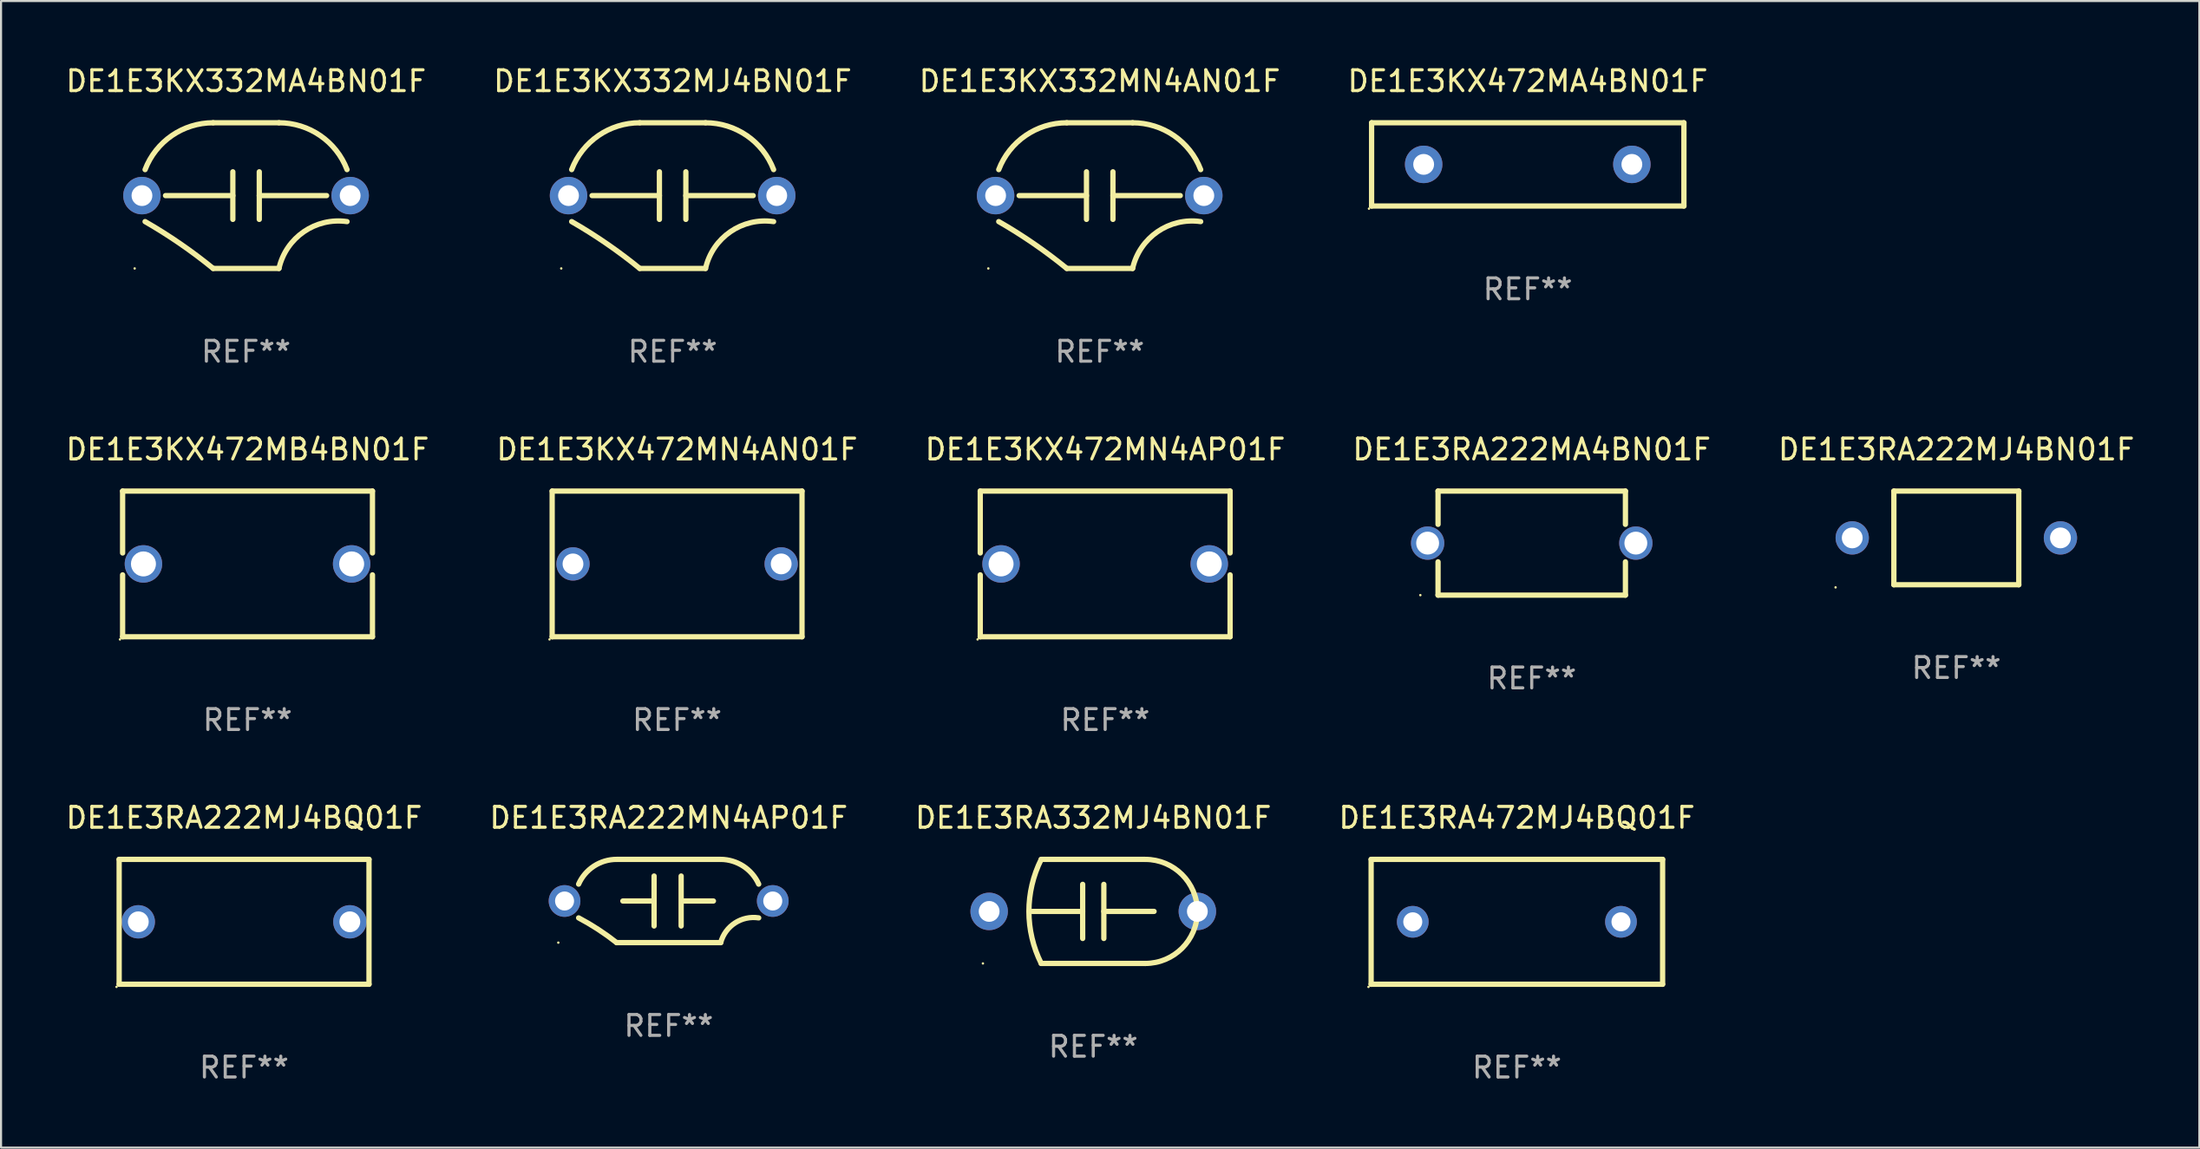
<source format=kicad_pcb>
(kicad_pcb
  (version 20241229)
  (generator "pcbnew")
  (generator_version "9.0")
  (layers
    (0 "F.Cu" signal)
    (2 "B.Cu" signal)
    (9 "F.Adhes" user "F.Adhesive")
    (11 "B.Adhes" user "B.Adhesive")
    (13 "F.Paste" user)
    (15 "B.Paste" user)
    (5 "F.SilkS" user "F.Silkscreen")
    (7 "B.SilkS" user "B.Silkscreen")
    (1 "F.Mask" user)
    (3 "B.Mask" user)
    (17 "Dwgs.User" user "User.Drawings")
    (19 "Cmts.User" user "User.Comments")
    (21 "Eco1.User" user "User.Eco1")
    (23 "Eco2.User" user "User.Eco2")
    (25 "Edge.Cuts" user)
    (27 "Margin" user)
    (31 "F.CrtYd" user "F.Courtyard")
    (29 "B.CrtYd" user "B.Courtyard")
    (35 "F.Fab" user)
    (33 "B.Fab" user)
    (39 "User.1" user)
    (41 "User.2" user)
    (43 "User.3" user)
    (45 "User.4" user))
  (footprint "DE1E3RA332MJ4BN01F"
    (layer "F.Cu")
    (at 49.458 40.741)
    (property "Reference" "DE1E3RA332MJ4BN01F" (at 0 -4.5 0) (layer "F.SilkS") (effects (font (size 1 1) (thickness 0.15))))
    (attr through_hole)
    (fp_line (start -2.5 -2.5) (end 2.5 -2.5) (stroke (width 0.254) (type solid)) (layer "F.SilkS"))
    (fp_line (start -0.508 -1.3) (end -0.508 1.3) (stroke (width 0.254) (type solid)) (layer "F.SilkS"))
    (fp_line (start -0.508 0.000305) (end -2.921 0.000305) (stroke (width 0.254) (type solid)) (layer "F.SilkS"))
    (fp_line (start 0.508 -0.000305) (end 2.921 -0.000305) (stroke (width 0.254) (type solid)) (layer "F.SilkS"))
    (fp_line (start 0.508 1.3) (end 0.508 -1.3) (stroke (width 0.254) (type solid)) (layer "F.SilkS"))
    (fp_line (start 2.5 2.5) (end -2.5 2.5) (stroke (width 0.254) (type solid)) (layer "F.SilkS"))
    (fp_arc (start -2.499365 2.499365) (mid -3.089676 -0.000243) (end -2.5 -2.5) (stroke (width 0.254001) (type solid)) (layer "F.SilkS"))
    (fp_arc (start 2.499366 -2.499364) (mid 4.99906 0.000001) (end 2.5 2.5) (stroke (width 0.254001) (type solid)) (layer "F.SilkS"))
    (fp_circle (center -5.3 2.5) (end -5.27 2.5) (stroke (width 0.06) (type solid)) (fill no) (layer "F.SilkS"))
    (fp_text user "REF**" (at 0 6.5 0) (layer "F.Fab") (effects (font (size 1 1) (thickness 0.15))))
    (pad "1" thru_hole circle (at -5 0) (size 1.8 1.8) (drill 1) (layers "*.Cu" "*.Mask"))
    (pad "2" thru_hole circle (at 5 0) (size 1.8 1.8) (drill 1) (layers "*.Cu" "*.Mask")))
  (footprint "DE1E3KX332MA4BN01F"
    (layer "F.Cu")
    (at 8.768 6.348)
    (property "Reference" "DE1E3KX332MA4BN01F" (at 0 -5.5 0) (layer "F.SilkS") (effects (font (size 1 1) (thickness 0.15))))
    (attr through_hole)
    (fp_line (start -3.869 0.000013) (end -0.635 0.000013) (stroke (width 0.254) (type solid)) (layer "F.SilkS"))
    (fp_line (start -1.58 -3.5) (end 1.58 -3.5) (stroke (width 0.254) (type solid)) (layer "F.SilkS"))
    (fp_line (start -1.58 3.5) (end 1.58 3.5) (stroke (width 0.254) (type solid)) (layer "F.SilkS"))
    (fp_line (start -0.635 -1.143) (end -0.635 1.143) (stroke (width 0.254) (type solid)) (layer "F.SilkS"))
    (fp_line (start 0.635 -1.143) (end 0.635 1.143) (stroke (width 0.254) (type solid)) (layer "F.SilkS"))
    (fp_line (start 3.869 0.000013) (end 0.635 0.000013) (stroke (width 0.254) (type solid)) (layer "F.SilkS"))
    (fp_arc (start -4.849479 -1.249009) (mid -3.564683 -2.882846) (end -1.579934 -3.500012) (stroke (width 0.254001) (type solid)) (layer "F.SilkS"))
    (fp_arc (start -4.849479 1.249009) (mid -3.169002 2.308126) (end -1.579934 3.500012) (stroke (width 0.254001) (type solid)) (layer "F.SilkS"))
    (fp_arc (start 1.579934 -3.499988) (mid 3.564678 -2.882813) (end 4.849479 -1.248984) (stroke (width 0.254001) (type solid)) (layer "F.SilkS"))
    (fp_arc (start 1.579934 3.500038) (mid 2.7747 1.735435) (end 4.849479 1.249035) (stroke (width 0.254001) (type solid)) (layer "F.SilkS"))
    (fp_circle (center -5.35 3.5) (end -5.32 3.5) (stroke (width 0.06) (type solid)) (fill no) (layer "F.SilkS"))
    (fp_text user "REF**" (at 0 7.5 0) (layer "F.Fab") (effects (font (size 1 1) (thickness 0.15))))
    (pad "1" thru_hole circle (at -5 0.000013) (size 1.8 1.8) (drill 1) (layers "*.Cu" "*.Mask"))
    (pad "2" thru_hole circle (at 5 0.000013) (size 1.8 1.8) (drill 1) (layers "*.Cu" "*.Mask")))
  (footprint "DE1E3KX472MB4BN01F"
    (layer "F.Cu")
    (at 8.839 24.045)
    (property "Reference" "DE1E3KX472MB4BN01F" (at 0 -5.5 0) (layer "F.SilkS") (effects (font (size 1 1) (thickness 0.15))))
    (attr through_hole)
    (fp_line (start -6 -3.5) (end -6 -0.526) (stroke (width 0.254) (type solid)) (layer "F.SilkS"))
    (fp_line (start -6 -3.5) (end 6 -3.5) (stroke (width 0.254) (type solid)) (layer "F.SilkS"))
    (fp_line (start -6 0.526) (end -6 3.5) (stroke (width 0.254) (type solid)) (layer "F.SilkS"))
    (fp_line (start 6 -3.5) (end 6 -0.526) (stroke (width 0.254) (type solid)) (layer "F.SilkS"))
    (fp_line (start 6 0.526) (end 6 3.5) (stroke (width 0.254) (type solid)) (layer "F.SilkS"))
    (fp_line (start 6 3.5) (end -6 3.5) (stroke (width 0.254) (type solid)) (layer "F.SilkS"))
    (fp_circle (center -6.127 3.627) (end -6.097 3.627) (stroke (width 0.06) (type solid)) (fill no) (layer "F.SilkS"))
    (fp_text user "REF**" (at 0 7.5 0) (layer "F.Fab") (effects (font (size 1 1) (thickness 0.15))))
    (pad "1" thru_hole circle (at -5 0) (size 1.8 1.8) (drill 1.2) (layers "*.Cu" "*.Mask"))
    (pad "2" thru_hole circle (at 5 0) (size 1.8 1.8) (drill 1.2) (layers "*.Cu" "*.Mask")))
  (footprint "DE1E3RA222MA4BN01F"
    (layer "F.Cu")
    (at 70.518 23.045)
    (property "Reference" "DE1E3RA222MA4BN01F" (at 0 -4.5 0) (layer "F.SilkS") (effects (font (size 1 1) (thickness 0.15))))
    (attr through_hole)
    (fp_line (start -4.5 -2.5) (end 4.5 -2.5) (stroke (width 0.254) (type solid)) (layer "F.SilkS"))
    (fp_line (start -4.5 -0.901) (end -4.5 -2.5) (stroke (width 0.254) (type solid)) (layer "F.SilkS"))
    (fp_line (start -4.5 2.5) (end -4.5 0.901) (stroke (width 0.254) (type solid)) (layer "F.SilkS"))
    (fp_line (start -4.5 2.5) (end 4.5 2.5) (stroke (width 0.254) (type solid)) (layer "F.SilkS"))
    (fp_line (start 4.5 -0.901) (end 4.5 -2.5) (stroke (width 0.254) (type solid)) (layer "F.SilkS"))
    (fp_line (start 4.5 2.5) (end 4.5 0.901) (stroke (width 0.254) (type solid)) (layer "F.SilkS"))
    (fp_circle (center -5.35 2.5) (end -5.32 2.5) (stroke (width 0.06) (type solid)) (fill no) (layer "F.SilkS"))
    (fp_text user "REF**" (at 0 6.5 0) (layer "F.Fab") (effects (font (size 1 1) (thickness 0.15))))
    (pad "1" thru_hole circle (at -5 0) (size 1.6 1.6) (drill 1.1) (layers "*.Cu" "*.Mask"))
    (pad "2" thru_hole circle (at 5 0) (size 1.6 1.6) (drill 1.1) (layers "*.Cu" "*.Mask")))
  (footprint "DE1E3KX332MJ4BN01F"
    (layer "F.Cu")
    (at 29.256 6.348)
    (property "Reference" "DE1E3KX332MJ4BN01F" (at 0 -5.5 0) (layer "F.SilkS") (effects (font (size 1 1) (thickness 0.15))))
    (attr through_hole)
    (fp_line (start -3.869 0.000013) (end -0.635 0.000013) (stroke (width 0.254) (type solid)) (layer "F.SilkS"))
    (fp_line (start -1.58 -3.5) (end 1.58 -3.5) (stroke (width 0.254) (type solid)) (layer "F.SilkS"))
    (fp_line (start -1.58 3.5) (end 1.58 3.5) (stroke (width 0.254) (type solid)) (layer "F.SilkS"))
    (fp_line (start -0.635 -1.143) (end -0.635 1.143) (stroke (width 0.254) (type solid)) (layer "F.SilkS"))
    (fp_line (start 0.635 -1.143) (end 0.635 1.143) (stroke (width 0.254) (type solid)) (layer "F.SilkS"))
    (fp_line (start 3.869 0.000013) (end 0.635 0.000013) (stroke (width 0.254) (type solid)) (layer "F.SilkS"))
    (fp_arc (start -4.849479 -1.249009) (mid -3.564683 -2.882846) (end -1.579934 -3.500012) (stroke (width 0.254001) (type solid)) (layer "F.SilkS"))
    (fp_arc (start -4.849479 1.249009) (mid -3.169002 2.308126) (end -1.579934 3.500012) (stroke (width 0.254001) (type solid)) (layer "F.SilkS"))
    (fp_arc (start 1.579934 -3.499988) (mid 3.564678 -2.882813) (end 4.849479 -1.248984) (stroke (width 0.254001) (type solid)) (layer "F.SilkS"))
    (fp_arc (start 1.579934 3.500038) (mid 2.7747 1.735435) (end 4.849479 1.249035) (stroke (width 0.254001) (type solid)) (layer "F.SilkS"))
    (fp_circle (center -5.35 3.5) (end -5.32 3.5) (stroke (width 0.06) (type solid)) (fill no) (layer "F.SilkS"))
    (fp_text user "REF**" (at 0 7.5 0) (layer "F.Fab") (effects (font (size 1 1) (thickness 0.15))))
    (pad "1" thru_hole circle (at -5 0.000013) (size 1.8 1.8) (drill 1) (layers "*.Cu" "*.Mask"))
    (pad "2" thru_hole circle (at 5 0.000013) (size 1.8 1.8) (drill 1) (layers "*.Cu" "*.Mask")))
  (footprint "DE1E3KX472MN4AP01F"
    (layer "F.Cu")
    (at 50.03 24.045)
    (property "Reference" "DE1E3KX472MN4AP01F" (at 0 -5.5 0) (layer "F.SilkS") (effects (font (size 1 1) (thickness 0.15))))
    (attr through_hole)
    (fp_line (start -6 -3.5) (end -6 -0.526) (stroke (width 0.254) (type solid)) (layer "F.SilkS"))
    (fp_line (start -6 -3.5) (end 6 -3.5) (stroke (width 0.254) (type solid)) (layer "F.SilkS"))
    (fp_line (start -6 0.526) (end -6 3.5) (stroke (width 0.254) (type solid)) (layer "F.SilkS"))
    (fp_line (start 6 -3.5) (end 6 -0.526) (stroke (width 0.254) (type solid)) (layer "F.SilkS"))
    (fp_line (start 6 0.526) (end 6 3.5) (stroke (width 0.254) (type solid)) (layer "F.SilkS"))
    (fp_line (start 6 3.5) (end -6 3.5) (stroke (width 0.254) (type solid)) (layer "F.SilkS"))
    (fp_circle (center -6.127 3.627) (end -6.097 3.627) (stroke (width 0.06) (type solid)) (fill no) (layer "F.SilkS"))
    (fp_text user "REF**" (at 0 7.5 0) (layer "F.Fab") (effects (font (size 1 1) (thickness 0.15))))
    (pad "1" thru_hole circle (at -5 0) (size 1.8 1.8) (drill 1.2) (layers "*.Cu" "*.Mask"))
    (pad "2" thru_hole circle (at 5 0) (size 1.8 1.8) (drill 1.2) (layers "*.Cu" "*.Mask")))
  (footprint "DE1E3RA222MN4AP01F"
    (layer "F.Cu")
    (at 29.065 40.241)
    (property "Reference" "DE1E3RA222MN4AP01F" (at 0 -4 0) (layer "F.SilkS") (effects (font (size 1 1) (thickness 0.15))))
    (attr through_hole)
    (fp_line (start -2.5 2) (end 2.5 2) (stroke (width 0.254) (type solid)) (layer "F.SilkS"))
    (fp_line (start -2.2 0) (end -0.7 0) (stroke (width 0.254) (type solid)) (layer "F.SilkS"))
    (fp_line (start -0.7 -1.2) (end -0.7 1.2) (stroke (width 0.254) (type solid)) (layer "F.SilkS"))
    (fp_line (start 0.6 -1.2) (end 0.6 1.2) (stroke (width 0.254) (type solid)) (layer "F.SilkS"))
    (fp_line (start 2.15 0) (end 0.65 0) (stroke (width 0.254) (type solid)) (layer "F.SilkS"))
    (fp_line (start 2.5 -2) (end -2.5 -2) (stroke (width 0.254) (type solid)) (layer "F.SilkS"))
    (fp_arc (start -4.324333 -0.810795) (mid -3.58849 -1.675844) (end -2.500051 -1.999999) (stroke (width 0.254001) (type solid)) (layer "F.SilkS"))
    (fp_arc (start -4.324333 0.81082) (mid -3.385325 1.364195) (end -2.50005 2) (stroke (width 0.254001) (type solid)) (layer "F.SilkS"))
    (fp_arc (start 2.50005 -2) (mid 3.587034 -1.673612) (end 4.324333 -0.810795) (stroke (width 0.254001) (type solid)) (layer "F.SilkS"))
    (fp_arc (start 2.500051 1.999999) (mid 3.18486 1.056662) (end 4.324333 0.810795) (stroke (width 0.254001) (type solid)) (layer "F.SilkS"))
    (fp_circle (center -5.3 2) (end -5.27 2) (stroke (width 0.06) (type solid)) (fill no) (layer "F.SilkS"))
    (fp_text user "REF**" (at 0 6 0) (layer "F.Fab") (effects (font (size 1 1) (thickness 0.15))))
    (pad "1" thru_hole circle (at -5 0) (size 1.524 1.524) (drill 0.914) (layers "*.Cu" "*.Mask"))
    (pad "2" thru_hole circle (at 5 0) (size 1.524 1.524) (drill 0.914) (layers "*.Cu" "*.Mask")))
  (footprint "DE1E3KX332MN4AN01F"
    (layer "F.Cu")
    (at 49.768 6.348)
    (property "Reference" "DE1E3KX332MN4AN01F" (at 0 -5.5 0) (layer "F.SilkS") (effects (font (size 1 1) (thickness 0.15))))
    (attr through_hole)
    (fp_line (start -3.869 0.000013) (end -0.635 0.000013) (stroke (width 0.254) (type solid)) (layer "F.SilkS"))
    (fp_line (start -1.58 -3.5) (end 1.58 -3.5) (stroke (width 0.254) (type solid)) (layer "F.SilkS"))
    (fp_line (start -1.58 3.5) (end 1.58 3.5) (stroke (width 0.254) (type solid)) (layer "F.SilkS"))
    (fp_line (start -0.635 -1.143) (end -0.635 1.143) (stroke (width 0.254) (type solid)) (layer "F.SilkS"))
    (fp_line (start 0.635 -1.143) (end 0.635 1.143) (stroke (width 0.254) (type solid)) (layer "F.SilkS"))
    (fp_line (start 3.869 0.000013) (end 0.635 0.000013) (stroke (width 0.254) (type solid)) (layer "F.SilkS"))
    (fp_arc (start -4.849479 -1.249009) (mid -3.564683 -2.882846) (end -1.579934 -3.500012) (stroke (width 0.254001) (type solid)) (layer "F.SilkS"))
    (fp_arc (start -4.849479 1.249009) (mid -3.169002 2.308126) (end -1.579934 3.500012) (stroke (width 0.254001) (type solid)) (layer "F.SilkS"))
    (fp_arc (start 1.579934 -3.499988) (mid 3.564678 -2.882813) (end 4.849479 -1.248984) (stroke (width 0.254001) (type solid)) (layer "F.SilkS"))
    (fp_arc (start 1.579934 3.500038) (mid 2.7747 1.735435) (end 4.849479 1.249035) (stroke (width 0.254001) (type solid)) (layer "F.SilkS"))
    (fp_circle (center -5.35 3.5) (end -5.32 3.5) (stroke (width 0.06) (type solid)) (fill no) (layer "F.SilkS"))
    (fp_text user "REF**" (at 0 7.5 0) (layer "F.Fab") (effects (font (size 1 1) (thickness 0.15))))
    (pad "1" thru_hole circle (at -5 0.000013) (size 1.8 1.8) (drill 1) (layers "*.Cu" "*.Mask"))
    (pad "2" thru_hole circle (at 5 0.000013) (size 1.8 1.8) (drill 1) (layers "*.Cu" "*.Mask")))
  (footprint "DE1E3RA222MJ4BQ01F"
    (layer "F.Cu")
    (at 8.673 41.241)
    (property "Reference" "DE1E3RA222MJ4BQ01F" (at 0 -5 0) (layer "F.SilkS") (effects (font (size 1 1) (thickness 0.15))))
    (attr through_hole)
    (fp_line (start -6 -3) (end 6 -3) (stroke (width 0.254) (type solid)) (layer "F.SilkS"))
    (fp_line (start -6 3) (end -6 -3) (stroke (width 0.254) (type solid)) (layer "F.SilkS"))
    (fp_line (start 6 -3) (end 6 3) (stroke (width 0.254) (type solid)) (layer "F.SilkS"))
    (fp_line (start 6 3) (end -6 3) (stroke (width 0.254) (type solid)) (layer "F.SilkS"))
    (fp_circle (center -6.127 3.127) (end -6.097 3.127) (stroke (width 0.06) (type solid)) (fill no) (layer "F.SilkS"))
    (fp_text user "REF**" (at 0 7 0) (layer "F.Fab") (effects (font (size 1 1) (thickness 0.15))))
    (pad "1" thru_hole circle (at -5.08 0) (size 1.6 1.6) (drill 1) (layers "*.Cu" "*.Mask"))
    (pad "2" thru_hole circle (at 5.08 0) (size 1.6 1.6) (drill 1) (layers "*.Cu" "*.Mask")))
  (footprint "DE1E3RA472MJ4BQ01F"
    (layer "F.Cu")
    (at 69.804 41.241)
    (property "Reference" "DE1E3RA472MJ4BQ01F" (at 0 -5 0) (layer "F.SilkS") (effects (font (size 1 1) (thickness 0.15))))
    (attr through_hole)
    (fp_line (start -7 -3) (end 7 -3) (stroke (width 0.254) (type solid)) (layer "F.SilkS"))
    (fp_line (start -7 3) (end -7 -3) (stroke (width 0.254) (type solid)) (layer "F.SilkS"))
    (fp_line (start 7 -3) (end 7 3) (stroke (width 0.254) (type solid)) (layer "F.SilkS"))
    (fp_line (start 7 3) (end -7 3) (stroke (width 0.254) (type solid)) (layer "F.SilkS"))
    (fp_circle (center -7.127 3.127) (end -7.097 3.127) (stroke (width 0.06) (type solid)) (fill no) (layer "F.SilkS"))
    (fp_text user "REF**" (at 0 7 0) (layer "F.Fab") (effects (font (size 1 1) (thickness 0.15))))
    (pad "1" thru_hole circle (at -5 0) (size 1.524 1.524) (drill 0.914) (layers "*.Cu" "*.Mask"))
    (pad "2" thru_hole circle (at 5 0) (size 1.524 1.524) (drill 0.914) (layers "*.Cu" "*.Mask")))
  (footprint "DE1E3RA222MJ4BN01F"
    (layer "F.Cu")
    (at 90.911 22.795)
    (property "Reference" "DE1E3RA222MJ4BN01F" (at 0 -4.25 0) (layer "F.SilkS") (effects (font (size 1 1) (thickness 0.15))))
    (attr through_hole)
    (fp_line (start -3 -2.25) (end 3 -2.25) (stroke (width 0.254) (type solid)) (layer "F.SilkS"))
    (fp_line (start -3 2.25) (end -3 -2.25) (stroke (width 0.254) (type solid)) (layer "F.SilkS"))
    (fp_line (start 3 -2.25) (end 3 2.25) (stroke (width 0.254) (type solid)) (layer "F.SilkS"))
    (fp_line (start 3 2.25) (end -3 2.25) (stroke (width 0.254) (type solid)) (layer "F.SilkS"))
    (fp_circle (center -5.8 2.377) (end -5.77 2.377) (stroke (width 0.06) (type solid)) (fill no) (layer "F.SilkS"))
    (fp_text user "REF**" (at 0 6.25 0) (layer "F.Fab") (effects (font (size 1 1) (thickness 0.15))))
    (pad "1" thru_hole circle (at -5 0) (size 1.6 1.6) (drill 1) (layers "*.Cu" "*.Mask"))
    (pad "2" thru_hole circle (at 5 0) (size 1.6 1.6) (drill 1) (layers "*.Cu" "*.Mask")))
  (footprint "DE1E3KX472MA4BN01F"
    (layer "F.Cu")
    (at 70.327 4.848)
    (property "Reference" "DE1E3KX472MA4BN01F" (at 0 -4 0) (layer "F.SilkS") (effects (font (size 1 1) (thickness 0.15))))
    (attr through_hole)
    (fp_line (start -7.5 -2) (end 7.5 -2) (stroke (width 0.254) (type solid)) (layer "F.SilkS"))
    (fp_line (start -7.5 2) (end -7.5 -2) (stroke (width 0.254) (type solid)) (layer "F.SilkS"))
    (fp_line (start 7.5 -2) (end 7.5 2) (stroke (width 0.254) (type solid)) (layer "F.SilkS"))
    (fp_line (start 7.5 2) (end -7.5 2) (stroke (width 0.254) (type solid)) (layer "F.SilkS"))
    (fp_circle (center -7.627 2.127) (end -7.597 2.127) (stroke (width 0.06) (type solid)) (fill no) (layer "F.SilkS"))
    (fp_text user "REF**" (at 0 6 0) (layer "F.Fab") (effects (font (size 1 1) (thickness 0.15))))
    (pad "1" thru_hole circle (at -5 0) (size 1.8 1.8) (drill 1) (layers "*.Cu" "*.Mask"))
    (pad "2" thru_hole circle (at 5 0) (size 1.8 1.8) (drill 1) (layers "*.Cu" "*.Mask")))
  (footprint "DE1E3KX472MN4AN01F"
    (layer "F.Cu")
    (at 29.47 24.045)
    (property "Reference" "DE1E3KX472MN4AN01F" (at 0 -5.5 0) (layer "F.SilkS") (effects (font (size 1 1) (thickness 0.15))))
    (attr through_hole)
    (fp_line (start -6 -3.5) (end -6 3.5) (stroke (width 0.254) (type solid)) (layer "F.SilkS"))
    (fp_line (start -6 -3.5) (end 6 -3.5) (stroke (width 0.254) (type solid)) (layer "F.SilkS"))
    (fp_line (start 6 -3.5) (end 6 3.5) (stroke (width 0.254) (type solid)) (layer "F.SilkS"))
    (fp_line (start 6 3.5) (end -6 3.5) (stroke (width 0.254) (type solid)) (layer "F.SilkS"))
    (fp_circle (center -6.127 3.627) (end -6.097 3.627) (stroke (width 0.06) (type solid)) (fill no) (layer "F.SilkS"))
    (fp_text user "REF**" (at 0 7.5 0) (layer "F.Fab") (effects (font (size 1 1) (thickness 0.15))))
    (pad "1" thru_hole circle (at -5 0) (size 1.6 1.6) (drill 1) (layers "*.Cu" "*.Mask"))
    (pad "2" thru_hole circle (at 5 0) (size 1.6 1.6) (drill 1) (layers "*.Cu" "*.Mask")))
  (gr_rect
    (start -3 -3)
    (end 102.583 52.09)
    (stroke (width 0.1) (type default))
    (fill no)
    (layer "Edge.Cuts")))
</source>
